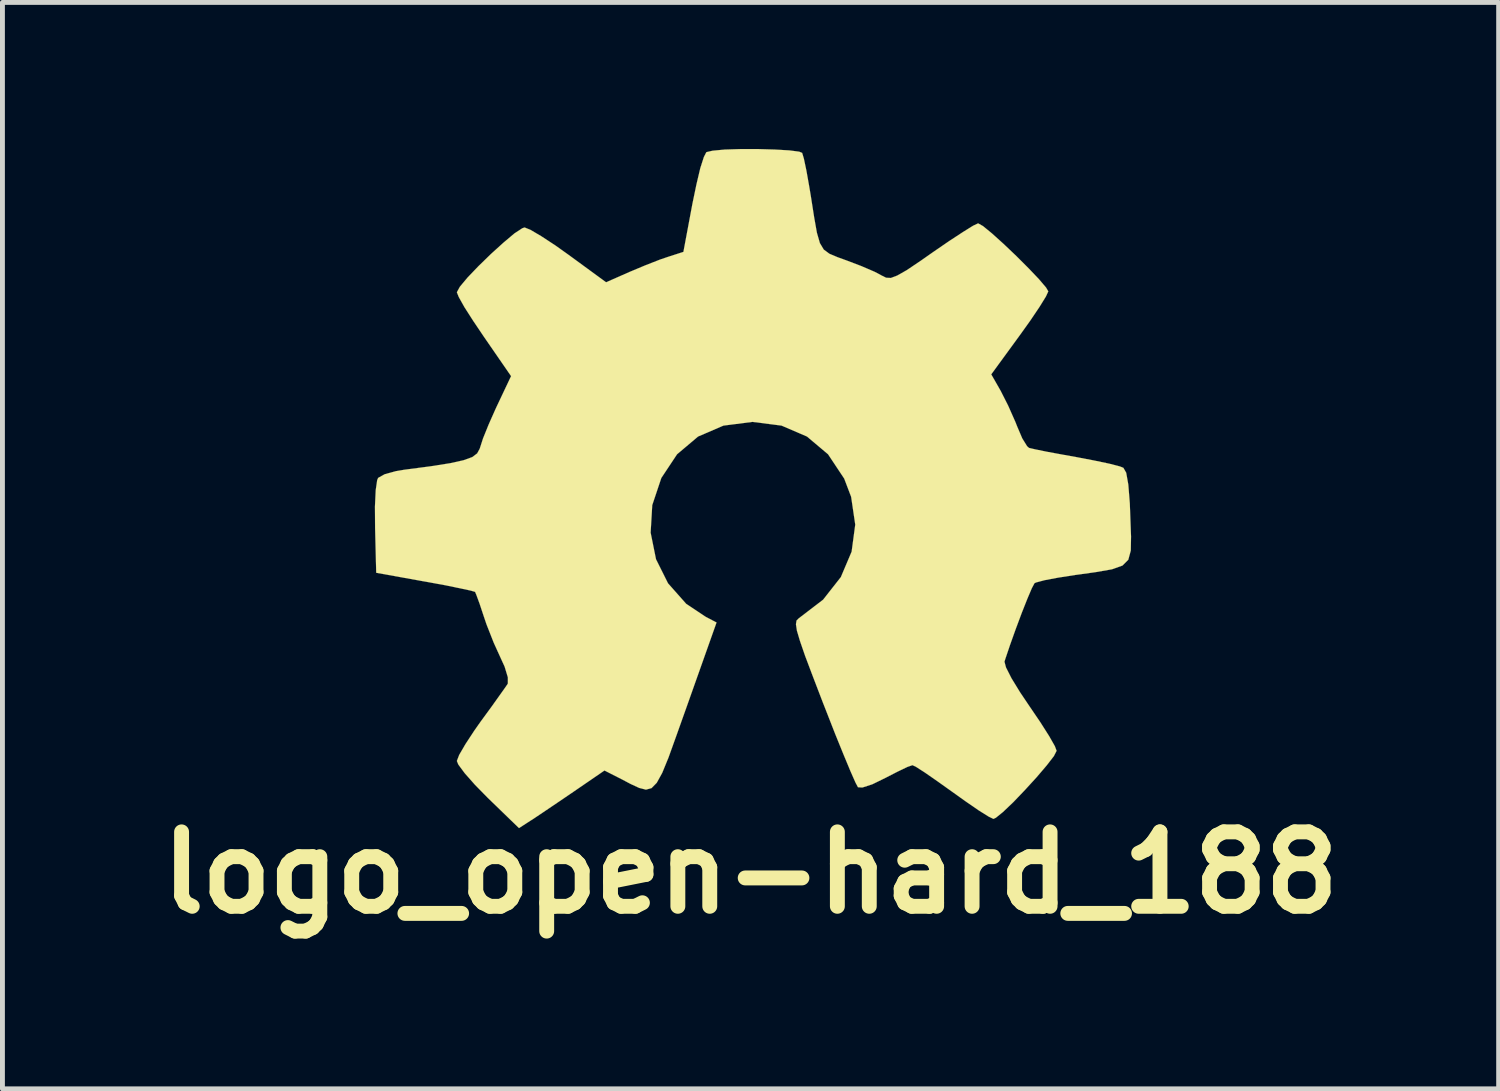
<source format=kicad_pcb>
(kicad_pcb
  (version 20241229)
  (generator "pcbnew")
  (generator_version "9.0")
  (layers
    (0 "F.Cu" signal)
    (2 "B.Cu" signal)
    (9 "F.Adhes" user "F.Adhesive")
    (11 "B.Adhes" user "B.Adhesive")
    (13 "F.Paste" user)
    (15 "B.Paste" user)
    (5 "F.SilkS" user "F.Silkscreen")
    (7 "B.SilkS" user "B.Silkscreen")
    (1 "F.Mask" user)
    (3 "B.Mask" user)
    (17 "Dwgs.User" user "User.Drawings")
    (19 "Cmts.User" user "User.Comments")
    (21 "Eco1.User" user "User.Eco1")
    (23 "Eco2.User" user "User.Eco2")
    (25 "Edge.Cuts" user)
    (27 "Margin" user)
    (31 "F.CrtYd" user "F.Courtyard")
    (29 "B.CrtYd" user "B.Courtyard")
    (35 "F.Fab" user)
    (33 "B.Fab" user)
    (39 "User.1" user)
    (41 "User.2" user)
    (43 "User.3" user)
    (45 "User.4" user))
  (footprint "logo_open-hard_188"
    (layer "F.Cu")
    (at 12.315 6.857)
    (property "Reference" "logo_open-hard_188" (at 0 7.958 0) (layer "F.SilkS") (effects (font (size 1.524 1.524) (thickness 0.305))))
    (attr through_hole)
    (fp_poly (pts (xy 7.79 1.077) (xy 7.785 1.364) (xy 7.734 1.552) (xy 7.615 1.671) (xy 7.399 1.748) (xy 7.066 1.806) (xy 6.647 1.864) (xy 6.302 1.918) (xy 6.02 1.971) (xy 5.847 2.017) (xy 5.814 2.032) (xy 5.761 2.131) (xy 5.669 2.347) (xy 5.552 2.642) (xy 5.428 2.974) (xy 5.311 3.302) (xy 5.215 3.586) (xy 5.199 3.64) (xy 5.23 3.757) (xy 5.342 3.978) (xy 5.519 4.267) (xy 5.712 4.554) (xy 5.933 4.879) (xy 6.114 5.164) (xy 6.231 5.37) (xy 6.266 5.464) (xy 6.21 5.573) (xy 6.063 5.763) (xy 5.855 6.007) (xy 5.618 6.266) (xy 5.38 6.515) (xy 5.169 6.716) (xy 5.022 6.835) (xy 4.973 6.858) (xy 4.874 6.81) (xy 4.671 6.683) (xy 4.394 6.492) (xy 4.135 6.307) (xy 3.825 6.086) (xy 3.564 5.905) (xy 3.383 5.789) (xy 3.315 5.758) (xy 3.211 5.794) (xy 3.005 5.893) (xy 2.758 6.02) (xy 2.494 6.149) (xy 2.291 6.215) (xy 2.2 6.21) (xy 2.149 6.114) (xy 2.047 5.883) (xy 1.905 5.542) (xy 1.732 5.116) (xy 1.542 4.63) (xy 1.486 4.488) (xy 1.273 3.932) (xy 1.115 3.513) (xy 1.011 3.211) (xy 0.95 3.005) (xy 0.93 2.873) (xy 0.942 2.797) (xy 0.986 2.753) (xy 0.988 2.751) (xy 1.486 2.37) (xy 1.849 1.908) (xy 2.07 1.387) (xy 2.144 0.833) (xy 2.06 0.264) (xy 1.918 -0.109) (xy 1.587 -0.607) (xy 1.156 -0.97) (xy 0.635 -1.194) (xy 0.041 -1.27) (xy -0.554 -1.194) (xy -1.074 -0.97) (xy -1.504 -0.607) (xy -1.826 -0.122) (xy -2.012 0.434) (xy -2.045 0.998) (xy -1.935 1.542) (xy -1.689 2.035) (xy -1.318 2.454) (xy -0.919 2.72) (xy -0.696 2.837) (xy -1.311 4.572) (xy -1.519 5.156) (xy -1.679 5.601) (xy -1.808 5.916) (xy -1.92 6.119) (xy -2.027 6.228) (xy -2.141 6.259) (xy -2.281 6.223) (xy -2.456 6.142) (xy -2.614 6.058) (xy -2.99 5.867) (xy -3.632 6.307) (xy -3.95 6.523) (xy -4.239 6.718) (xy -4.455 6.863) (xy -4.508 6.896) (xy -4.74 7.046) (xy -5.377 6.429) (xy -5.641 6.16) (xy -5.852 5.921) (xy -5.982 5.745) (xy -6.012 5.672) (xy -5.964 5.547) (xy -5.834 5.324) (xy -5.649 5.042) (xy -5.522 4.862) (xy -5.304 4.564) (xy -5.123 4.31) (xy -5.001 4.138) (xy -4.968 4.087) (xy -4.968 3.96) (xy -5.034 3.741) (xy -5.108 3.579) (xy -5.258 3.249) (xy -5.405 2.875) (xy -5.461 2.71) (xy -5.547 2.451) (xy -5.613 2.271) (xy -5.639 2.21) (xy -5.728 2.184) (xy -5.951 2.136) (xy -6.274 2.07) (xy -6.662 1.999) (xy -6.665 1.999) (xy -7.663 1.819) (xy -7.686 0.899) (xy -7.689 0.462) (xy -7.673 0.127) (xy -7.643 -0.079) (xy -7.623 -0.124) (xy -7.49 -0.198) (xy -7.257 -0.262) (xy -7.089 -0.29) (xy -6.548 -0.361) (xy -6.149 -0.424) (xy -5.875 -0.485) (xy -5.697 -0.549) (xy -5.596 -0.625) (xy -5.545 -0.719) (xy -5.535 -0.749) (xy -5.476 -0.932) (xy -5.362 -1.214) (xy -5.22 -1.534) (xy -5.194 -1.59) (xy -4.902 -2.207) (xy -5.456 -3.01) (xy -5.677 -3.338) (xy -5.857 -3.619) (xy -5.974 -3.828) (xy -6.012 -3.924) (xy -5.951 -4.036) (xy -5.794 -4.224) (xy -5.57 -4.458) (xy -5.314 -4.707) (xy -5.057 -4.94) (xy -4.834 -5.128) (xy -4.671 -5.235) (xy -4.625 -5.25) (xy -4.506 -5.202) (xy -4.285 -5.072) (xy -3.995 -4.882) (xy -3.724 -4.689) (xy -2.957 -4.128) (xy -2.474 -4.341) (xy -2.154 -4.475) (xy -1.847 -4.595) (xy -1.681 -4.651) (xy -1.374 -4.75) (xy -1.189 -5.738) (xy -1.107 -6.132) (xy -1.029 -6.462) (xy -0.955 -6.693) (xy -0.904 -6.792) (xy -0.775 -6.822) (xy -0.526 -6.845) (xy -0.203 -6.855) (xy 0.155 -6.855) (xy 0.5 -6.845) (xy 0.795 -6.828) (xy 0.996 -6.802) (xy 1.057 -6.777) (xy 1.092 -6.66) (xy 1.143 -6.419) (xy 1.201 -6.093) (xy 1.232 -5.908) (xy 1.303 -5.456) (xy 1.359 -5.141) (xy 1.42 -4.93) (xy 1.499 -4.798) (xy 1.615 -4.712) (xy 1.783 -4.641) (xy 1.966 -4.575) (xy 2.273 -4.458) (xy 2.54 -4.343) (xy 2.687 -4.265) (xy 2.776 -4.221) (xy 2.873 -4.216) (xy 3.002 -4.265) (xy 3.198 -4.376) (xy 3.482 -4.567) (xy 3.729 -4.74) (xy 4.061 -4.968) (xy 4.348 -5.156) (xy 4.557 -5.286) (xy 4.658 -5.334) (xy 4.661 -5.334) (xy 4.76 -5.278) (xy 4.943 -5.128) (xy 5.179 -4.915) (xy 5.441 -4.666) (xy 5.692 -4.415) (xy 5.905 -4.191) (xy 6.05 -4.021) (xy 6.096 -3.942) (xy 6.048 -3.838) (xy 5.918 -3.627) (xy 5.728 -3.345) (xy 5.512 -3.043) (xy 4.928 -2.243) (xy 5.121 -1.905) (xy 5.273 -1.605) (xy 5.423 -1.267) (xy 5.461 -1.171) (xy 5.563 -0.932) (xy 5.662 -0.772) (xy 5.702 -0.737) (xy 5.822 -0.709) (xy 6.071 -0.658) (xy 6.403 -0.597) (xy 6.66 -0.551) (xy 7.031 -0.48) (xy 7.346 -0.414) (xy 7.562 -0.358) (xy 7.633 -0.33) (xy 7.691 -0.229) (xy 7.734 0.013) (xy 7.765 0.399) (xy 7.775 0.671) (xy 7.79 1.077)) (stroke (width 0.003) (type solid)) (fill yes) (layer "F.SilkS")))
  (gr_rect
    (start -3 -3)
    (end 27.631 19.241)
    (stroke (width 0.1) (type default))
    (fill no)
    (layer "Edge.Cuts")))
</source>
